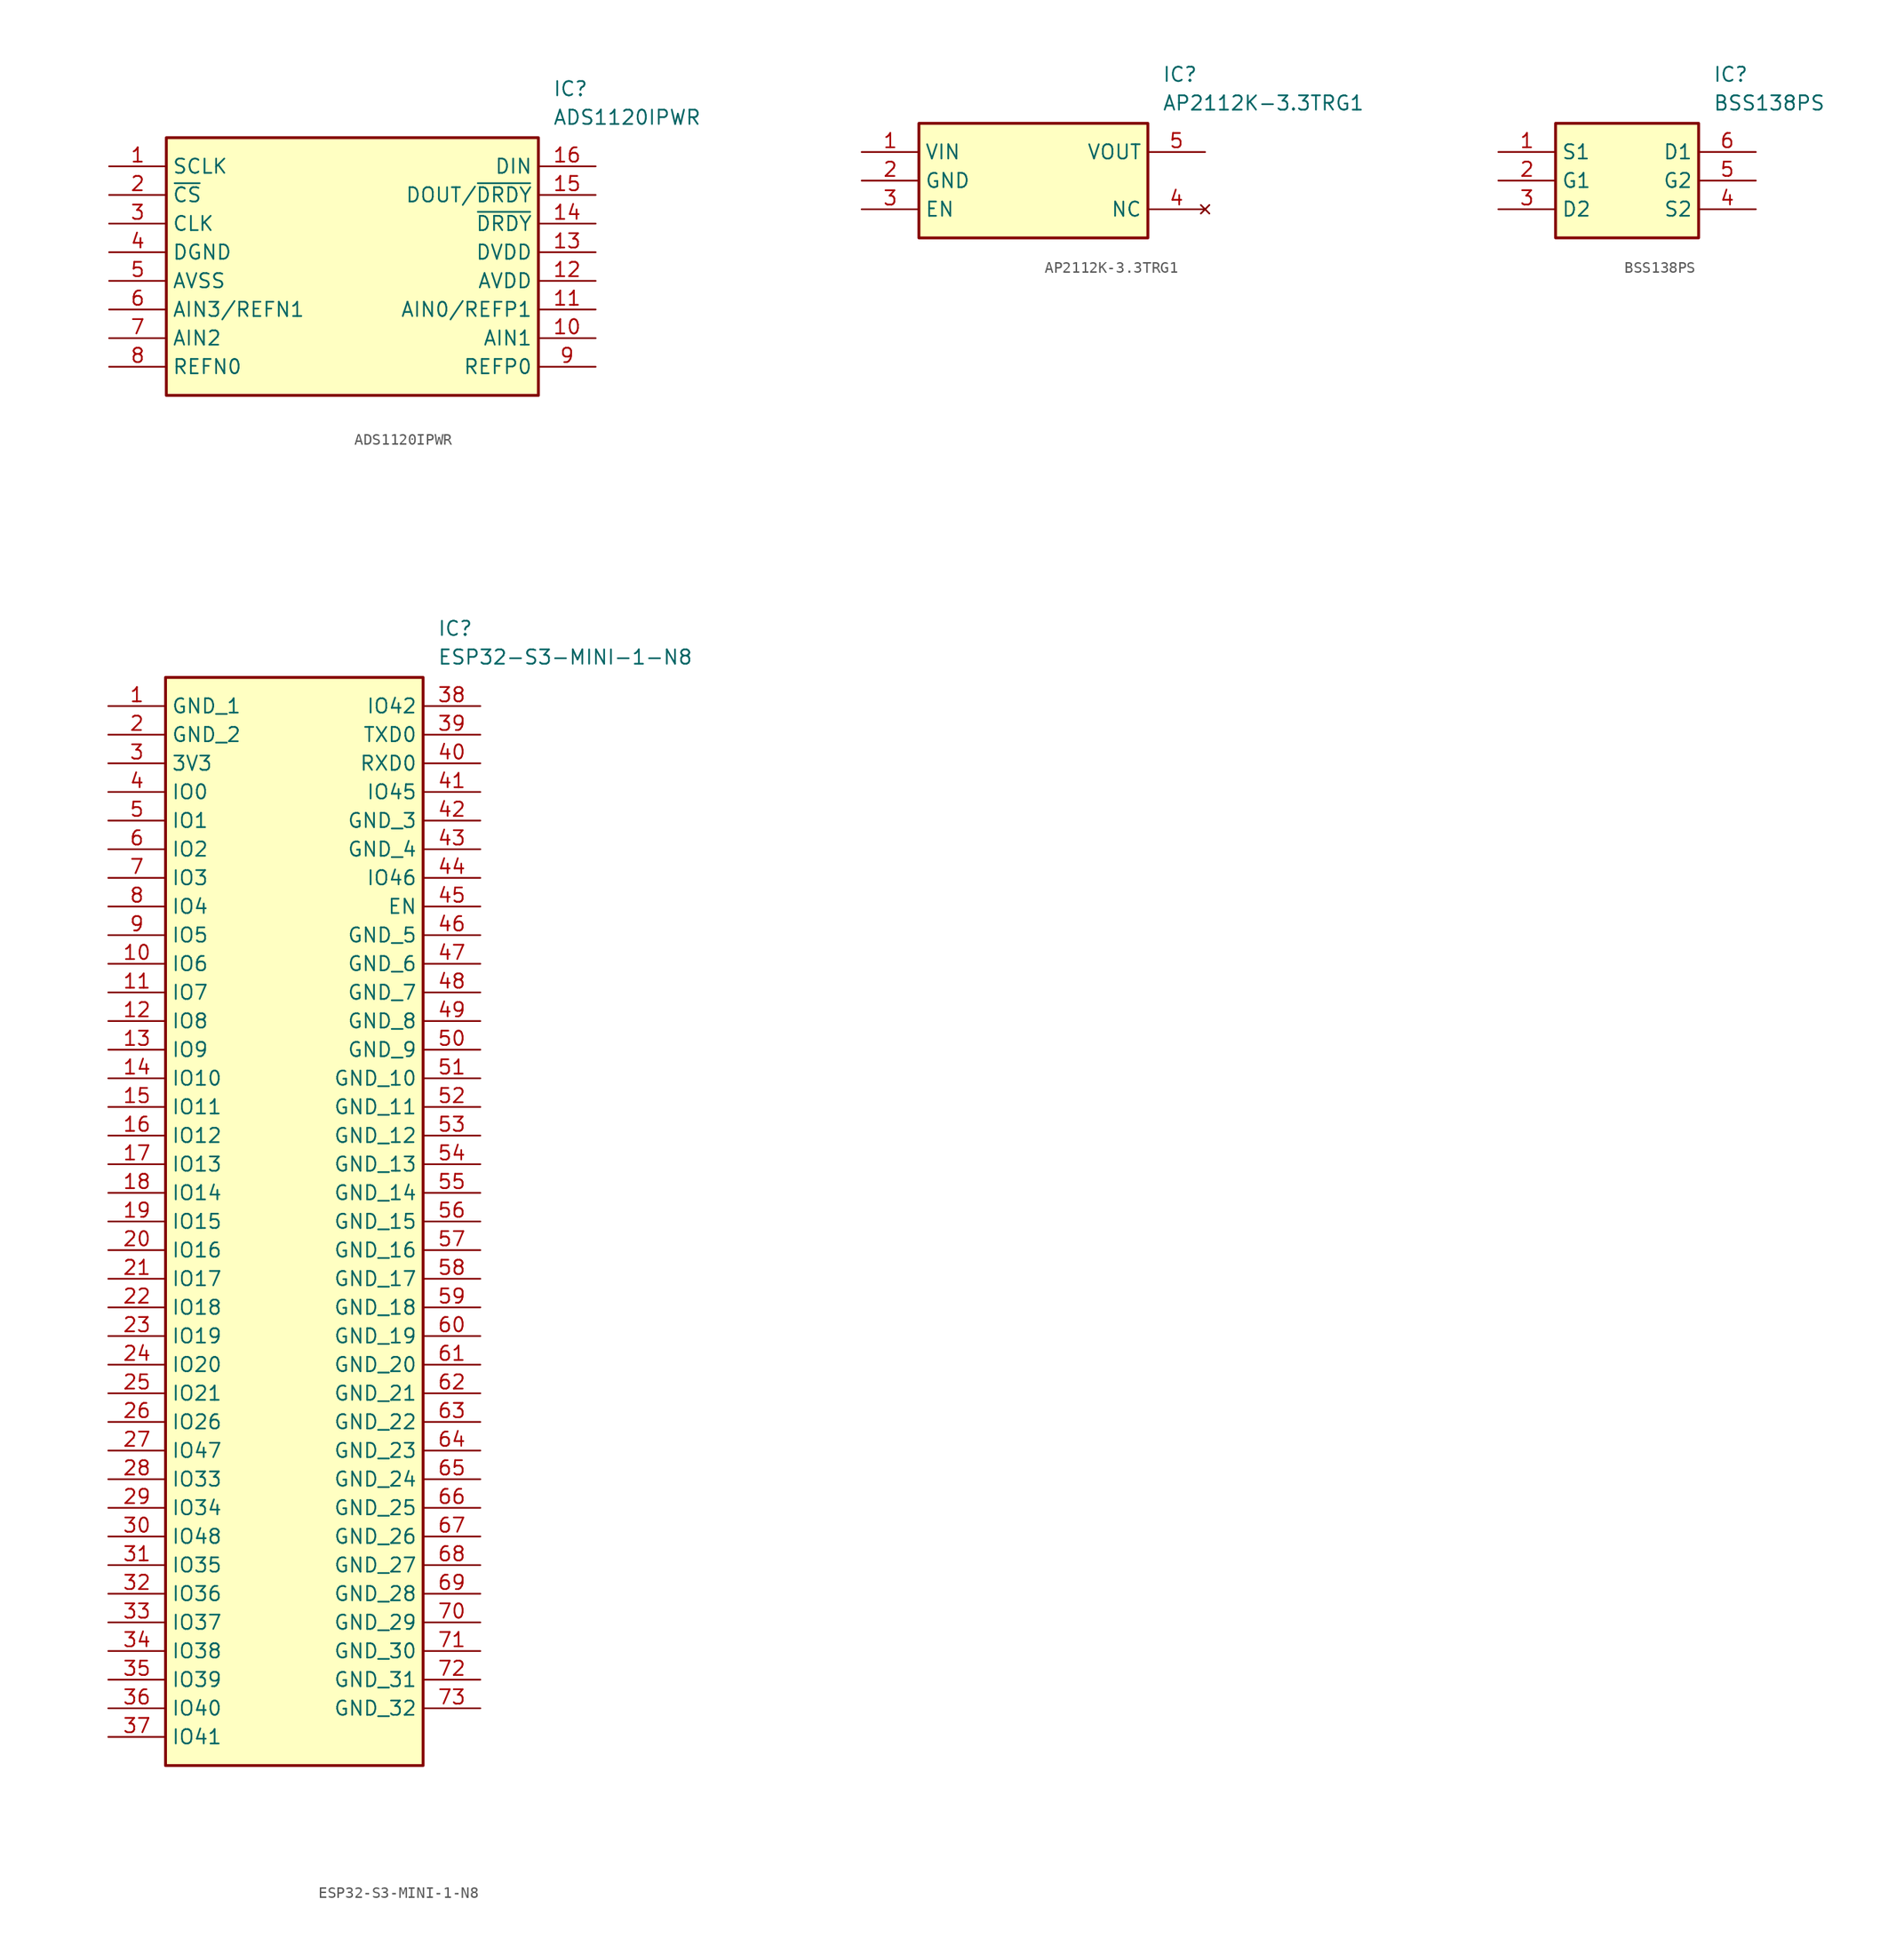
<source format=kicad_sym>
(kicad_symbol_lib
  (version 20231120)
  (generator "kicad_symbol_editor")
  (generator_version "8.0")
  (symbol "ADS1120IPWR"
    (property "Reference" "IC"
      (at 39.37 7.62 0)
      (effects (font (size 1.27 1.27)) (justify left top)))
    (property "Value" "ADS1120IPWR"
      (at 39.37 5.08 0)
      (effects (font (size 1.27 1.27)) (justify left top)))
    (rectangle
      (start 5.08 2.54)
      (end 38.1 -20.32)
      (stroke (width 0.254) (type default))
      (fill (type background)))
    (pin passive line
      (at 0 0 0)
      (length 5.08)
      (name "SCLK" (effects (font (size 1.27 1.27))))
      (number "1" (effects (font (size 1.27 1.27)))))
    (pin passive line
      (at 0 -2.54 0)
      (length 5.08)
      (name "~{CS}" (effects (font (size 1.27 1.27))))
      (number "2" (effects (font (size 1.27 1.27)))))
    (pin passive line
      (at 0 -5.08 0)
      (length 5.08)
      (name "CLK" (effects (font (size 1.27 1.27))))
      (number "3" (effects (font (size 1.27 1.27)))))
    (pin passive line
      (at 0 -7.62 0)
      (length 5.08)
      (name "DGND" (effects (font (size 1.27 1.27))))
      (number "4" (effects (font (size 1.27 1.27)))))
    (pin passive line
      (at 0 -10.16 0)
      (length 5.08)
      (name "AVSS" (effects (font (size 1.27 1.27))))
      (number "5" (effects (font (size 1.27 1.27)))))
    (pin passive line
      (at 0 -12.7 0)
      (length 5.08)
      (name "AIN3/REFN1" (effects (font (size 1.27 1.27))))
      (number "6" (effects (font (size 1.27 1.27)))))
    (pin passive line
      (at 0 -15.24 0)
      (length 5.08)
      (name "AIN2" (effects (font (size 1.27 1.27))))
      (number "7" (effects (font (size 1.27 1.27)))))
    (pin passive line
      (at 0 -17.78 0)
      (length 5.08)
      (name "REFN0" (effects (font (size 1.27 1.27))))
      (number "8" (effects (font (size 1.27 1.27)))))
    (pin passive line
      (at 43.18 0 180)
      (length 5.08)
      (name "DIN" (effects (font (size 1.27 1.27))))
      (number "16" (effects (font (size 1.27 1.27)))))
    (pin passive line
      (at 43.18 -2.54 180)
      (length 5.08)
      (name "DOUT/~{DRDY}" (effects (font (size 1.27 1.27))))
      (number "15" (effects (font (size 1.27 1.27)))))
    (pin passive line
      (at 43.18 -5.08 180)
      (length 5.08)
      (name "~{DRDY}" (effects (font (size 1.27 1.27))))
      (number "14" (effects (font (size 1.27 1.27)))))
    (pin passive line
      (at 43.18 -7.62 180)
      (length 5.08)
      (name "DVDD" (effects (font (size 1.27 1.27))))
      (number "13" (effects (font (size 1.27 1.27)))))
    (pin passive line
      (at 43.18 -10.16 180)
      (length 5.08)
      (name "AVDD" (effects (font (size 1.27 1.27))))
      (number "12" (effects (font (size 1.27 1.27)))))
    (pin passive line
      (at 43.18 -12.7 180)
      (length 5.08)
      (name "AIN0/REFP1" (effects (font (size 1.27 1.27))))
      (number "11" (effects (font (size 1.27 1.27)))))
    (pin passive line
      (at 43.18 -15.24 180)
      (length 5.08)
      (name "AIN1" (effects (font (size 1.27 1.27))))
      (number "10" (effects (font (size 1.27 1.27)))))
    (pin passive line
      (at 43.18 -17.78 180)
      (length 5.08)
      (name "REFP0" (effects (font (size 1.27 1.27))))
      (number "9" (effects (font (size 1.27 1.27))))))
  (symbol "AP2112K-3.3TRG1"
    (property "Reference" "IC"
      (at 26.67 7.62 0)
      (effects (font (size 1.27 1.27)) (justify left top)))
    (property "Value" "AP2112K-3.3TRG1"
      (at 26.67 5.08 0)
      (effects (font (size 1.27 1.27)) (justify left top)))
    (symbol "AP2112K-3.3TRG1_1_1"
      (rectangle (start 5.08 2.54) (end 25.4 -7.62) (stroke (width 0.254) (type default)) (fill (type background)))
      (pin passive line (at 0 0 0) (length 5.08) (name "VIN" (effects (font (size 1.27 1.27)))) (number "1" (effects (font (size 1.27 1.27)))))
      (pin passive line (at 0 -2.54 0) (length 5.08) (name "GND" (effects (font (size 1.27 1.27)))) (number "2" (effects (font (size 1.27 1.27)))))
      (pin passive line (at 0 -5.08 0) (length 5.08) (name "EN" (effects (font (size 1.27 1.27)))) (number "3" (effects (font (size 1.27 1.27)))))
      (pin no_connect line (at 30.48 -5.08 180) (length 5.08) (name "NC" (effects (font (size 1.27 1.27)))) (number "4" (effects (font (size 1.27 1.27)))))
      (pin passive line (at 30.48 0 180) (length 5.08) (name "VOUT" (effects (font (size 1.27 1.27)))) (number "5" (effects (font (size 1.27 1.27)))))))
  (symbol "BSS138PS"
    (property "Reference" "IC"
      (at 19.05 7.62 0)
      (effects (font (size 1.27 1.27)) (justify left top)))
    (property "Value" "BSS138PS"
      (at 19.05 5.08 0)
      (effects (font (size 1.27 1.27)) (justify left top)))
    (rectangle
      (start 5.08 2.54)
      (end 17.78 -7.62)
      (stroke (width 0.254) (type default))
      (fill (type background)))
    (pin passive line
      (at 0 0 0)
      (length 5.08)
      (name "S1" (effects (font (size 1.27 1.27))))
      (number "1" (effects (font (size 1.27 1.27)))))
    (pin passive line
      (at 0 -2.54 0)
      (length 5.08)
      (name "G1" (effects (font (size 1.27 1.27))))
      (number "2" (effects (font (size 1.27 1.27)))))
    (pin passive line
      (at 0 -5.08 0)
      (length 5.08)
      (name "D2" (effects (font (size 1.27 1.27))))
      (number "3" (effects (font (size 1.27 1.27)))))
    (pin passive line
      (at 22.86 0 180)
      (length 5.08)
      (name "D1" (effects (font (size 1.27 1.27))))
      (number "6" (effects (font (size 1.27 1.27)))))
    (pin passive line
      (at 22.86 -2.54 180)
      (length 5.08)
      (name "G2" (effects (font (size 1.27 1.27))))
      (number "5" (effects (font (size 1.27 1.27)))))
    (pin passive line
      (at 22.86 -5.08 180)
      (length 5.08)
      (name "S2" (effects (font (size 1.27 1.27))))
      (number "4" (effects (font (size 1.27 1.27))))))
  (symbol "ESP32-S3-MINI-1-N8"
    (property "Reference" "IC"
      (at 29.21 7.62 0)
      (effects (font (size 1.27 1.27)) (justify left top)))
    (property "Value" "ESP32-S3-MINI-1-N8"
      (at 29.21 5.08 0)
      (effects (font (size 1.27 1.27)) (justify left top)))
    (symbol "ESP32-S3-MINI-1-N8_1_1"
      (rectangle (start 5.08 2.54) (end 27.94 -93.98) (stroke (width 0.254) (type default)) (fill (type background)))
      (pin passive line (at 0 0 0) (length 5.08) (name "GND_1" (effects (font (size 1.27 1.27)))) (number "1" (effects (font (size 1.27 1.27)))))
      (pin passive line (at 0 -22.86 0) (length 5.08) (name "IO6" (effects (font (size 1.27 1.27)))) (number "10" (effects (font (size 1.27 1.27)))))
      (pin passive line (at 0 -25.4 0) (length 5.08) (name "IO7" (effects (font (size 1.27 1.27)))) (number "11" (effects (font (size 1.27 1.27)))))
      (pin passive line (at 0 -27.94 0) (length 5.08) (name "IO8" (effects (font (size 1.27 1.27)))) (number "12" (effects (font (size 1.27 1.27)))))
      (pin passive line (at 0 -30.48 0) (length 5.08) (name "IO9" (effects (font (size 1.27 1.27)))) (number "13" (effects (font (size 1.27 1.27)))))
      (pin passive line (at 0 -33.02 0) (length 5.08) (name "IO10" (effects (font (size 1.27 1.27)))) (number "14" (effects (font (size 1.27 1.27)))))
      (pin passive line (at 0 -35.56 0) (length 5.08) (name "IO11" (effects (font (size 1.27 1.27)))) (number "15" (effects (font (size 1.27 1.27)))))
      (pin passive line (at 0 -38.1 0) (length 5.08) (name "IO12" (effects (font (size 1.27 1.27)))) (number "16" (effects (font (size 1.27 1.27)))))
      (pin passive line (at 0 -40.64 0) (length 5.08) (name "IO13" (effects (font (size 1.27 1.27)))) (number "17" (effects (font (size 1.27 1.27)))))
      (pin passive line (at 0 -43.18 0) (length 5.08) (name "IO14" (effects (font (size 1.27 1.27)))) (number "18" (effects (font (size 1.27 1.27)))))
      (pin passive line (at 0 -45.72 0) (length 5.08) (name "IO15" (effects (font (size 1.27 1.27)))) (number "19" (effects (font (size 1.27 1.27)))))
      (pin passive line (at 0 -2.54 0) (length 5.08) (name "GND_2" (effects (font (size 1.27 1.27)))) (number "2" (effects (font (size 1.27 1.27)))))
      (pin passive line (at 0 -48.26 0) (length 5.08) (name "IO16" (effects (font (size 1.27 1.27)))) (number "20" (effects (font (size 1.27 1.27)))))
      (pin passive line (at 0 -50.8 0) (length 5.08) (name "IO17" (effects (font (size 1.27 1.27)))) (number "21" (effects (font (size 1.27 1.27)))))
      (pin passive line (at 0 -53.34 0) (length 5.08) (name "IO18" (effects (font (size 1.27 1.27)))) (number "22" (effects (font (size 1.27 1.27)))))
      (pin passive line (at 0 -55.88 0) (length 5.08) (name "IO19" (effects (font (size 1.27 1.27)))) (number "23" (effects (font (size 1.27 1.27)))))
      (pin passive line (at 0 -58.42 0) (length 5.08) (name "IO20" (effects (font (size 1.27 1.27)))) (number "24" (effects (font (size 1.27 1.27)))))
      (pin passive line (at 0 -60.96 0) (length 5.08) (name "IO21" (effects (font (size 1.27 1.27)))) (number "25" (effects (font (size 1.27 1.27)))))
      (pin passive line (at 0 -63.5 0) (length 5.08) (name "IO26" (effects (font (size 1.27 1.27)))) (number "26" (effects (font (size 1.27 1.27)))))
      (pin passive line (at 0 -66.04 0) (length 5.08) (name "IO47" (effects (font (size 1.27 1.27)))) (number "27" (effects (font (size 1.27 1.27)))))
      (pin passive line (at 0 -68.58 0) (length 5.08) (name "IO33" (effects (font (size 1.27 1.27)))) (number "28" (effects (font (size 1.27 1.27)))))
      (pin passive line (at 0 -71.12 0) (length 5.08) (name "IO34" (effects (font (size 1.27 1.27)))) (number "29" (effects (font (size 1.27 1.27)))))
      (pin passive line (at 0 -5.08 0) (length 5.08) (name "3V3" (effects (font (size 1.27 1.27)))) (number "3" (effects (font (size 1.27 1.27)))))
      (pin passive line (at 0 -73.66 0) (length 5.08) (name "IO48" (effects (font (size 1.27 1.27)))) (number "30" (effects (font (size 1.27 1.27)))))
      (pin passive line (at 0 -76.2 0) (length 5.08) (name "IO35" (effects (font (size 1.27 1.27)))) (number "31" (effects (font (size 1.27 1.27)))))
      (pin passive line (at 0 -78.74 0) (length 5.08) (name "IO36" (effects (font (size 1.27 1.27)))) (number "32" (effects (font (size 1.27 1.27)))))
      (pin passive line (at 0 -81.28 0) (length 5.08) (name "IO37" (effects (font (size 1.27 1.27)))) (number "33" (effects (font (size 1.27 1.27)))))
      (pin passive line (at 0 -83.82 0) (length 5.08) (name "IO38" (effects (font (size 1.27 1.27)))) (number "34" (effects (font (size 1.27 1.27)))))
      (pin passive line (at 0 -86.36 0) (length 5.08) (name "IO39" (effects (font (size 1.27 1.27)))) (number "35" (effects (font (size 1.27 1.27)))))
      (pin passive line (at 0 -88.9 0) (length 5.08) (name "IO40" (effects (font (size 1.27 1.27)))) (number "36" (effects (font (size 1.27 1.27)))))
      (pin passive line (at 0 -91.44 0) (length 5.08) (name "IO41" (effects (font (size 1.27 1.27)))) (number "37" (effects (font (size 1.27 1.27)))))
      (pin passive line (at 33.02 0 180) (length 5.08) (name "IO42" (effects (font (size 1.27 1.27)))) (number "38" (effects (font (size 1.27 1.27)))))
      (pin passive line (at 33.02 -2.54 180) (length 5.08) (name "TXD0" (effects (font (size 1.27 1.27)))) (number "39" (effects (font (size 1.27 1.27)))))
      (pin passive line (at 0 -7.62 0) (length 5.08) (name "IO0" (effects (font (size 1.27 1.27)))) (number "4" (effects (font (size 1.27 1.27)))))
      (pin passive line (at 33.02 -5.08 180) (length 5.08) (name "RXD0" (effects (font (size 1.27 1.27)))) (number "40" (effects (font (size 1.27 1.27)))))
      (pin passive line (at 33.02 -7.62 180) (length 5.08) (name "IO45" (effects (font (size 1.27 1.27)))) (number "41" (effects (font (size 1.27 1.27)))))
      (pin passive line (at 33.02 -10.16 180) (length 5.08) (name "GND_3" (effects (font (size 1.27 1.27)))) (number "42" (effects (font (size 1.27 1.27)))))
      (pin passive line (at 33.02 -12.7 180) (length 5.08) (name "GND_4" (effects (font (size 1.27 1.27)))) (number "43" (effects (font (size 1.27 1.27)))))
      (pin passive line (at 33.02 -15.24 180) (length 5.08) (name "IO46" (effects (font (size 1.27 1.27)))) (number "44" (effects (font (size 1.27 1.27)))))
      (pin passive line (at 33.02 -17.78 180) (length 5.08) (name "EN" (effects (font (size 1.27 1.27)))) (number "45" (effects (font (size 1.27 1.27)))))
      (pin passive line (at 33.02 -20.32 180) (length 5.08) (name "GND_5" (effects (font (size 1.27 1.27)))) (number "46" (effects (font (size 1.27 1.27)))))
      (pin passive line (at 33.02 -22.86 180) (length 5.08) (name "GND_6" (effects (font (size 1.27 1.27)))) (number "47" (effects (font (size 1.27 1.27)))))
      (pin passive line (at 33.02 -25.4 180) (length 5.08) (name "GND_7" (effects (font (size 1.27 1.27)))) (number "48" (effects (font (size 1.27 1.27)))))
      (pin passive line (at 33.02 -27.94 180) (length 5.08) (name "GND_8" (effects (font (size 1.27 1.27)))) (number "49" (effects (font (size 1.27 1.27)))))
      (pin passive line (at 0 -10.16 0) (length 5.08) (name "IO1" (effects (font (size 1.27 1.27)))) (number "5" (effects (font (size 1.27 1.27)))))
      (pin passive line (at 33.02 -30.48 180) (length 5.08) (name "GND_9" (effects (font (size 1.27 1.27)))) (number "50" (effects (font (size 1.27 1.27)))))
      (pin passive line (at 33.02 -33.02 180) (length 5.08) (name "GND_10" (effects (font (size 1.27 1.27)))) (number "51" (effects (font (size 1.27 1.27)))))
      (pin passive line (at 33.02 -35.56 180) (length 5.08) (name "GND_11" (effects (font (size 1.27 1.27)))) (number "52" (effects (font (size 1.27 1.27)))))
      (pin passive line (at 33.02 -38.1 180) (length 5.08) (name "GND_12" (effects (font (size 1.27 1.27)))) (number "53" (effects (font (size 1.27 1.27)))))
      (pin passive line (at 33.02 -40.64 180) (length 5.08) (name "GND_13" (effects (font (size 1.27 1.27)))) (number "54" (effects (font (size 1.27 1.27)))))
      (pin passive line (at 33.02 -43.18 180) (length 5.08) (name "GND_14" (effects (font (size 1.27 1.27)))) (number "55" (effects (font (size 1.27 1.27)))))
      (pin passive line (at 33.02 -45.72 180) (length 5.08) (name "GND_15" (effects (font (size 1.27 1.27)))) (number "56" (effects (font (size 1.27 1.27)))))
      (pin passive line (at 33.02 -48.26 180) (length 5.08) (name "GND_16" (effects (font (size 1.27 1.27)))) (number "57" (effects (font (size 1.27 1.27)))))
      (pin passive line (at 33.02 -50.8 180) (length 5.08) (name "GND_17" (effects (font (size 1.27 1.27)))) (number "58" (effects (font (size 1.27 1.27)))))
      (pin passive line (at 33.02 -53.34 180) (length 5.08) (name "GND_18" (effects (font (size 1.27 1.27)))) (number "59" (effects (font (size 1.27 1.27)))))
      (pin passive line (at 0 -12.7 0) (length 5.08) (name "IO2" (effects (font (size 1.27 1.27)))) (number "6" (effects (font (size 1.27 1.27)))))
      (pin passive line (at 33.02 -55.88 180) (length 5.08) (name "GND_19" (effects (font (size 1.27 1.27)))) (number "60" (effects (font (size 1.27 1.27)))))
      (pin passive line (at 33.02 -58.42 180) (length 5.08) (name "GND_20" (effects (font (size 1.27 1.27)))) (number "61" (effects (font (size 1.27 1.27)))))
      (pin passive line (at 33.02 -60.96 180) (length 5.08) (name "GND_21" (effects (font (size 1.27 1.27)))) (number "62" (effects (font (size 1.27 1.27)))))
      (pin passive line (at 33.02 -63.5 180) (length 5.08) (name "GND_22" (effects (font (size 1.27 1.27)))) (number "63" (effects (font (size 1.27 1.27)))))
      (pin passive line (at 33.02 -66.04 180) (length 5.08) (name "GND_23" (effects (font (size 1.27 1.27)))) (number "64" (effects (font (size 1.27 1.27)))))
      (pin passive line (at 33.02 -68.58 180) (length 5.08) (name "GND_24" (effects (font (size 1.27 1.27)))) (number "65" (effects (font (size 1.27 1.27)))))
      (pin passive line (at 33.02 -71.12 180) (length 5.08) (name "GND_25" (effects (font (size 1.27 1.27)))) (number "66" (effects (font (size 1.27 1.27)))))
      (pin passive line (at 33.02 -73.66 180) (length 5.08) (name "GND_26" (effects (font (size 1.27 1.27)))) (number "67" (effects (font (size 1.27 1.27)))))
      (pin passive line (at 33.02 -76.2 180) (length 5.08) (name "GND_27" (effects (font (size 1.27 1.27)))) (number "68" (effects (font (size 1.27 1.27)))))
      (pin passive line (at 33.02 -78.74 180) (length 5.08) (name "GND_28" (effects (font (size 1.27 1.27)))) (number "69" (effects (font (size 1.27 1.27)))))
      (pin passive line (at 0 -15.24 0) (length 5.08) (name "IO3" (effects (font (size 1.27 1.27)))) (number "7" (effects (font (size 1.27 1.27)))))
      (pin passive line (at 33.02 -81.28 180) (length 5.08) (name "GND_29" (effects (font (size 1.27 1.27)))) (number "70" (effects (font (size 1.27 1.27)))))
      (pin passive line (at 33.02 -83.82 180) (length 5.08) (name "GND_30" (effects (font (size 1.27 1.27)))) (number "71" (effects (font (size 1.27 1.27)))))
      (pin passive line (at 33.02 -86.36 180) (length 5.08) (name "GND_31" (effects (font (size 1.27 1.27)))) (number "72" (effects (font (size 1.27 1.27)))))
      (pin passive line (at 33.02 -88.9 180) (length 5.08) (name "GND_32" (effects (font (size 1.27 1.27)))) (number "73" (effects (font (size 1.27 1.27)))))
      (pin passive line (at 0 -17.78 0) (length 5.08) (name "IO4" (effects (font (size 1.27 1.27)))) (number "8" (effects (font (size 1.27 1.27)))))
      (pin passive line (at 0 -20.32 0) (length 5.08) (name "IO5" (effects (font (size 1.27 1.27)))) (number "9" (effects (font (size 1.27 1.27))))))))
</source>
